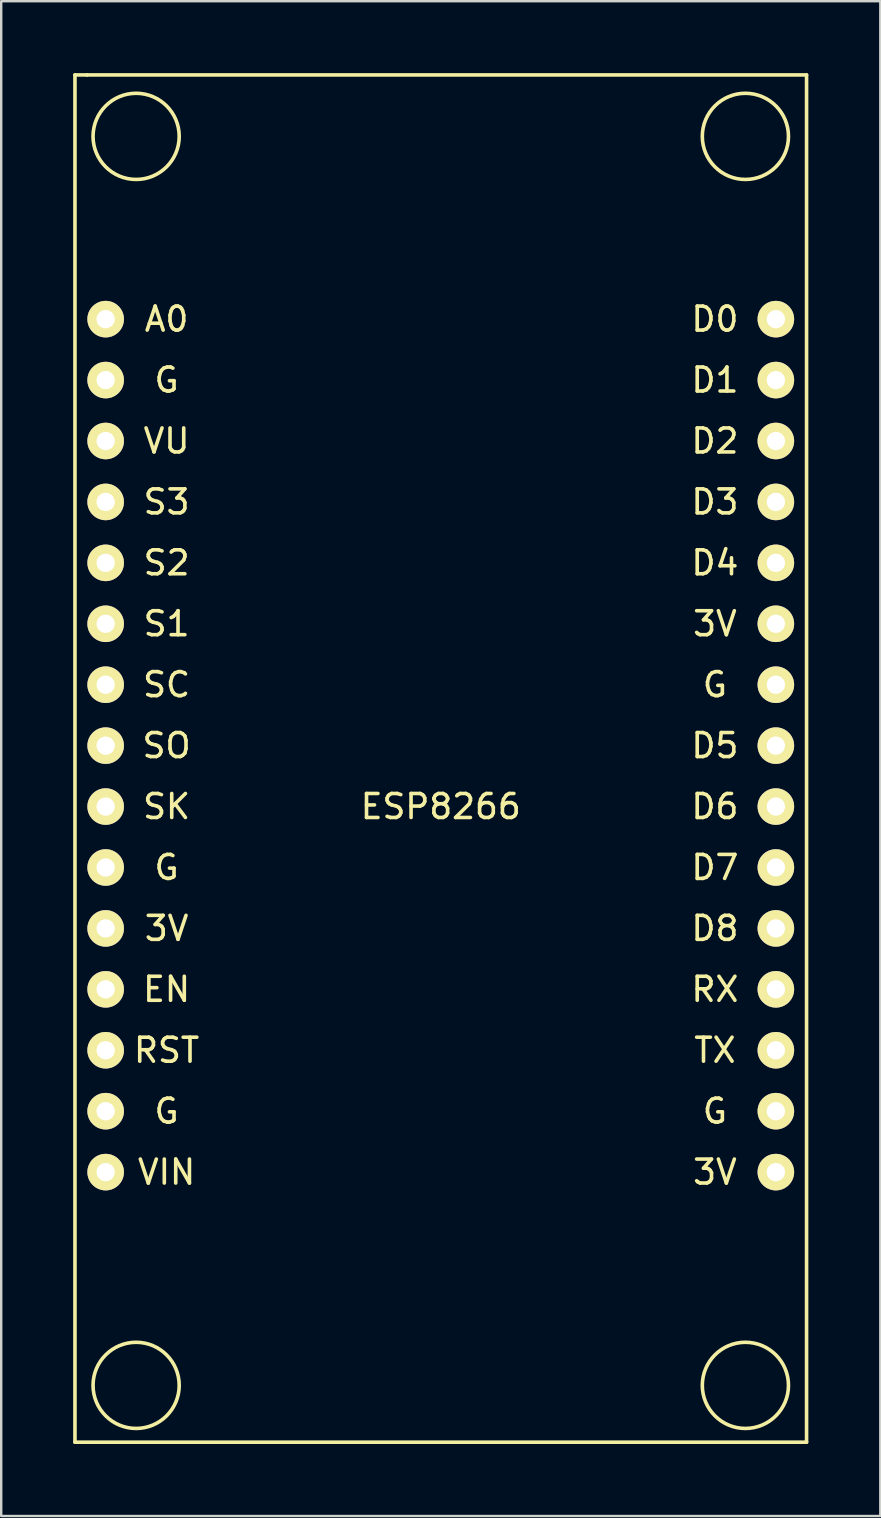
<source format=kicad_pcb>
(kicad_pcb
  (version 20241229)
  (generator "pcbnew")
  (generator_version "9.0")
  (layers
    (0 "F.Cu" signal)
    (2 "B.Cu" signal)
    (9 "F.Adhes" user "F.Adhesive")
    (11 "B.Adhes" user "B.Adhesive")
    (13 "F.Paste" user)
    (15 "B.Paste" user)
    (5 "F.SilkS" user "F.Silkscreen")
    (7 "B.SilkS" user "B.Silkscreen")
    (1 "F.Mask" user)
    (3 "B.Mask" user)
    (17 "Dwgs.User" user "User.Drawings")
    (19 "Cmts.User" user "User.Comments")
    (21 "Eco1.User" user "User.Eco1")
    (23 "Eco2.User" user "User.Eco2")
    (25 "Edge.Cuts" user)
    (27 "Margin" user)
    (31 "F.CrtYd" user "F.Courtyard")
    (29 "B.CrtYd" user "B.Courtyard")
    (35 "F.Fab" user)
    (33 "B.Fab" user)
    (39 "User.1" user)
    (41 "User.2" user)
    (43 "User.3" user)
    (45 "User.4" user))
  (footprint "ESP8266"
    (layer "F.Cu")
    (at 15.325 30.575)
    (property "Reference" "ESP8266" (at 0 0 0) (layer "F.SilkS") (effects (font (size 1 1) (thickness 0.15))))
    (attr through_hole)
    (fp_line (start -15.25 -30.5) (end -15.25 26.5) (stroke (width 0.15) (type solid)) (layer "F.SilkS"))
    (fp_line (start -15.25 26.5) (end 15.25 26.5) (stroke (width 0.15) (type solid)) (layer "F.SilkS"))
    (fp_line (start -14.75 -30.5) (end -15.25 -30.5) (stroke (width 0.15) (type solid)) (layer "F.SilkS"))
    (fp_line (start 15.25 -30.5) (end -14.75 -30.5) (stroke (width 0.15) (type solid)) (layer "F.SilkS"))
    (fp_line (start 15.25 26.5) (end 15.25 -30.5) (stroke (width 0.15) (type solid)) (layer "F.SilkS"))
    (fp_circle (center -12.7 -27.94) (end -11.43 -29.21) (stroke (width 0.15) (type solid)) (fill no) (layer "F.SilkS"))
    (fp_circle (center -12.7 24.13) (end -11.43 22.86) (stroke (width 0.15) (type solid)) (fill no) (layer "F.SilkS"))
    (fp_circle (center 12.7 -27.94) (end 13.97 -29.21) (stroke (width 0.15) (type solid)) (fill no) (layer "F.SilkS"))
    (fp_circle (center 12.7 24.13) (end 13.97 22.86) (stroke (width 0.15) (type solid)) (fill no) (layer "F.SilkS"))
    (fp_text user "D4" (at 11.43 -10.16 0) (layer "F.SilkS") (effects (font (size 1 1) (thickness 0.15))))
    (fp_text user "G" (at -11.43 2.54 0) (layer "F.SilkS") (effects (font (size 1 1) (thickness 0.15))))
    (fp_text user "TX" (at 11.43 10.16 0) (layer "F.SilkS") (effects (font (size 1 1) (thickness 0.15))))
    (fp_text user "VIN" (at -11.43 15.24 0) (layer "F.SilkS") (effects (font (size 1 1) (thickness 0.15))))
    (fp_text user "D1" (at 11.43 -17.78 0) (layer "F.SilkS") (effects (font (size 1 1) (thickness 0.15))))
    (fp_text user "3V" (at -11.43 5.08 0) (layer "F.SilkS") (effects (font (size 1 1) (thickness 0.15))))
    (fp_text user "G" (at -11.43 12.7 0) (layer "F.SilkS") (effects (font (size 1 1) (thickness 0.15))))
    (fp_text user "D0" (at 11.43 -20.32 0) (layer "F.SilkS") (effects (font (size 1 1) (thickness 0.15))))
    (fp_text user "SO" (at -11.43 -2.54 0) (layer "F.SilkS") (effects (font (size 1 1) (thickness 0.15))))
    (fp_text user "D6" (at 11.43 0 0) (layer "F.SilkS") (effects (font (size 1 1) (thickness 0.15))))
    (fp_text user "S1" (at -11.43 -7.62 0) (layer "F.SilkS") (effects (font (size 1 1) (thickness 0.15))))
    (fp_text user "3V" (at 11.43 15.24 0) (layer "F.SilkS") (effects (font (size 1 1) (thickness 0.15))))
    (fp_text user "RST" (at -11.43 10.16 0) (layer "F.SilkS") (effects (font (size 1 1) (thickness 0.15))))
    (fp_text user "RX" (at 11.43 7.62 0) (layer "F.SilkS") (effects (font (size 1 1) (thickness 0.15))))
    (fp_text user "SK" (at -11.43 0 0) (layer "F.SilkS") (effects (font (size 1 1) (thickness 0.15))))
    (fp_text user "D3" (at 11.43 -12.7 0) (layer "F.SilkS") (effects (font (size 1 1) (thickness 0.15))))
    (fp_text user "D8" (at 11.43 5.08 0) (layer "F.SilkS") (effects (font (size 1 1) (thickness 0.15))))
    (fp_text user "SC" (at -11.43 -5.08 0) (layer "F.SilkS") (effects (font (size 1 1) (thickness 0.15))))
    (fp_text user "S2" (at -11.43 -10.16 0) (layer "F.SilkS") (effects (font (size 1 1) (thickness 0.15))))
    (fp_text user "G" (at 11.43 12.7 0) (layer "F.SilkS") (effects (font (size 1 1) (thickness 0.15))))
    (fp_text user "D2" (at 11.43 -15.24 0) (layer "F.SilkS") (effects (font (size 1 1) (thickness 0.15))))
    (fp_text user "S3" (at -11.43 -12.7 0) (layer "F.SilkS") (effects (font (size 1 1) (thickness 0.15))))
    (fp_text user "D7" (at 11.43 2.54 0) (layer "F.SilkS") (effects (font (size 1 1) (thickness 0.15))))
    (fp_text user "G" (at 11.43 -5.08 0) (layer "F.SilkS") (effects (font (size 1 1) (thickness 0.15))))
    (fp_text user "VU" (at -11.43 -15.24 0) (layer "F.SilkS") (effects (font (size 1 1) (thickness 0.15))))
    (fp_text user "G" (at -11.43 -17.78 0) (layer "F.SilkS") (effects (font (size 1 1) (thickness 0.15))))
    (fp_text user "D5" (at 11.43 -2.54 0) (layer "F.SilkS") (effects (font (size 1 1) (thickness 0.15))))
    (fp_text user "EN" (at -11.43 7.62 0) (layer "F.SilkS") (effects (font (size 1 1) (thickness 0.15))))
    (fp_text user "3V" (at 11.43 -7.62 0) (layer "F.SilkS") (effects (font (size 1 1) (thickness 0.15))))
    (fp_text user "A0" (at -11.43 -20.32 0) (layer "F.SilkS") (effects (font (size 1 1) (thickness 0.15))))
    (pad "1" thru_hole circle (at -13.97 -20.32) (size 1.524 1.524) (drill 0.762) (layers "*.Cu" "*.Mask" "F.SilkS"))
    (pad "2" thru_hole circle (at -13.97 -17.78) (size 1.524 1.524) (drill 0.762) (layers "*.Cu" "*.Mask" "F.SilkS"))
    (pad "3" thru_hole circle (at -13.97 -15.24) (size 1.524 1.524) (drill 0.762) (layers "*.Cu" "*.Mask" "F.SilkS"))
    (pad "4" thru_hole circle (at -13.97 -12.7) (size 1.524 1.524) (drill 0.762) (layers "*.Cu" "*.Mask" "F.SilkS"))
    (pad "5" thru_hole circle (at -13.97 -10.16) (size 1.524 1.524) (drill 0.762) (layers "*.Cu" "*.Mask" "F.SilkS"))
    (pad "6" thru_hole circle (at -13.97 -7.62) (size 1.524 1.524) (drill 0.762) (layers "*.Cu" "*.Mask" "F.SilkS"))
    (pad "7" thru_hole circle (at -13.97 -5.08) (size 1.524 1.524) (drill 0.762) (layers "*.Cu" "*.Mask" "F.SilkS"))
    (pad "8" thru_hole circle (at -13.97 -2.54) (size 1.524 1.524) (drill 0.762) (layers "*.Cu" "*.Mask" "F.SilkS"))
    (pad "9" thru_hole circle (at -13.97 0) (size 1.524 1.524) (drill 0.762) (layers "*.Cu" "*.Mask" "F.SilkS"))
    (pad "10" thru_hole circle (at -13.97 2.54) (size 1.524 1.524) (drill 0.762) (layers "*.Cu" "*.Mask" "F.SilkS"))
    (pad "11" thru_hole circle (at -13.97 5.08) (size 1.524 1.524) (drill 0.762) (layers "*.Cu" "*.Mask" "F.SilkS"))
    (pad "12" thru_hole circle (at -13.97 7.62) (size 1.524 1.524) (drill 0.762) (layers "*.Cu" "*.Mask" "F.SilkS"))
    (pad "13" thru_hole circle (at -13.97 10.16) (size 1.524 1.524) (drill 0.762) (layers "*.Cu" "*.Mask" "F.SilkS"))
    (pad "14" thru_hole circle (at -13.97 12.7) (size 1.524 1.524) (drill 0.762) (layers "*.Cu" "*.Mask" "F.SilkS"))
    (pad "15" thru_hole circle (at -13.97 15.24) (size 1.524 1.524) (drill 0.762) (layers "*.Cu" "*.Mask" "F.SilkS"))
    (pad "16" thru_hole circle (at 13.97 15.24) (size 1.524 1.524) (drill 0.762) (layers "*.Cu" "*.Mask" "F.SilkS"))
    (pad "17" thru_hole circle (at 13.97 12.7) (size 1.524 1.524) (drill 0.762) (layers "*.Cu" "*.Mask" "F.SilkS"))
    (pad "18" thru_hole circle (at 13.97 10.16) (size 1.524 1.524) (drill 0.762) (layers "*.Cu" "*.Mask" "F.SilkS"))
    (pad "19" thru_hole circle (at 13.97 7.62) (size 1.524 1.524) (drill 0.762) (layers "*.Cu" "*.Mask" "F.SilkS"))
    (pad "20" thru_hole circle (at 13.97 5.08) (size 1.524 1.524) (drill 0.762) (layers "*.Cu" "*.Mask" "F.SilkS"))
    (pad "21" thru_hole circle (at 13.97 2.54) (size 1.524 1.524) (drill 0.762) (layers "*.Cu" "*.Mask" "F.SilkS"))
    (pad "22" thru_hole circle (at 13.97 0) (size 1.524 1.524) (drill 0.762) (layers "*.Cu" "*.Mask" "F.SilkS"))
    (pad "23" thru_hole circle (at 13.97 -2.54) (size 1.524 1.524) (drill 0.762) (layers "*.Cu" "*.Mask" "F.SilkS"))
    (pad "24" thru_hole circle (at 13.97 -5.08) (size 1.524 1.524) (drill 0.762) (layers "*.Cu" "*.Mask" "F.SilkS"))
    (pad "25" thru_hole circle (at 13.97 -7.62) (size 1.524 1.524) (drill 0.762) (layers "*.Cu" "*.Mask" "F.SilkS"))
    (pad "26" thru_hole circle (at 13.97 -10.16) (size 1.524 1.524) (drill 0.762) (layers "*.Cu" "*.Mask" "F.SilkS"))
    (pad "27" thru_hole circle (at 13.97 -12.7) (size 1.524 1.524) (drill 0.762) (layers "*.Cu" "*.Mask" "F.SilkS"))
    (pad "28" thru_hole circle (at 13.97 -15.24) (size 1.524 1.524) (drill 0.762) (layers "*.Cu" "*.Mask" "F.SilkS"))
    (pad "29" thru_hole circle (at 13.97 -17.78) (size 1.524 1.524) (drill 0.762) (layers "*.Cu" "*.Mask" "F.SilkS"))
    (pad "30" thru_hole circle (at 13.97 -20.32) (size 1.524 1.524) (drill 0.762) (layers "*.Cu" "*.Mask" "F.SilkS")))
  (gr_rect
    (start -3 -3)
    (end 33.65 60.15)
    (stroke (width 0.1) (type default))
    (fill no)
    (layer "Edge.Cuts")))
</source>
